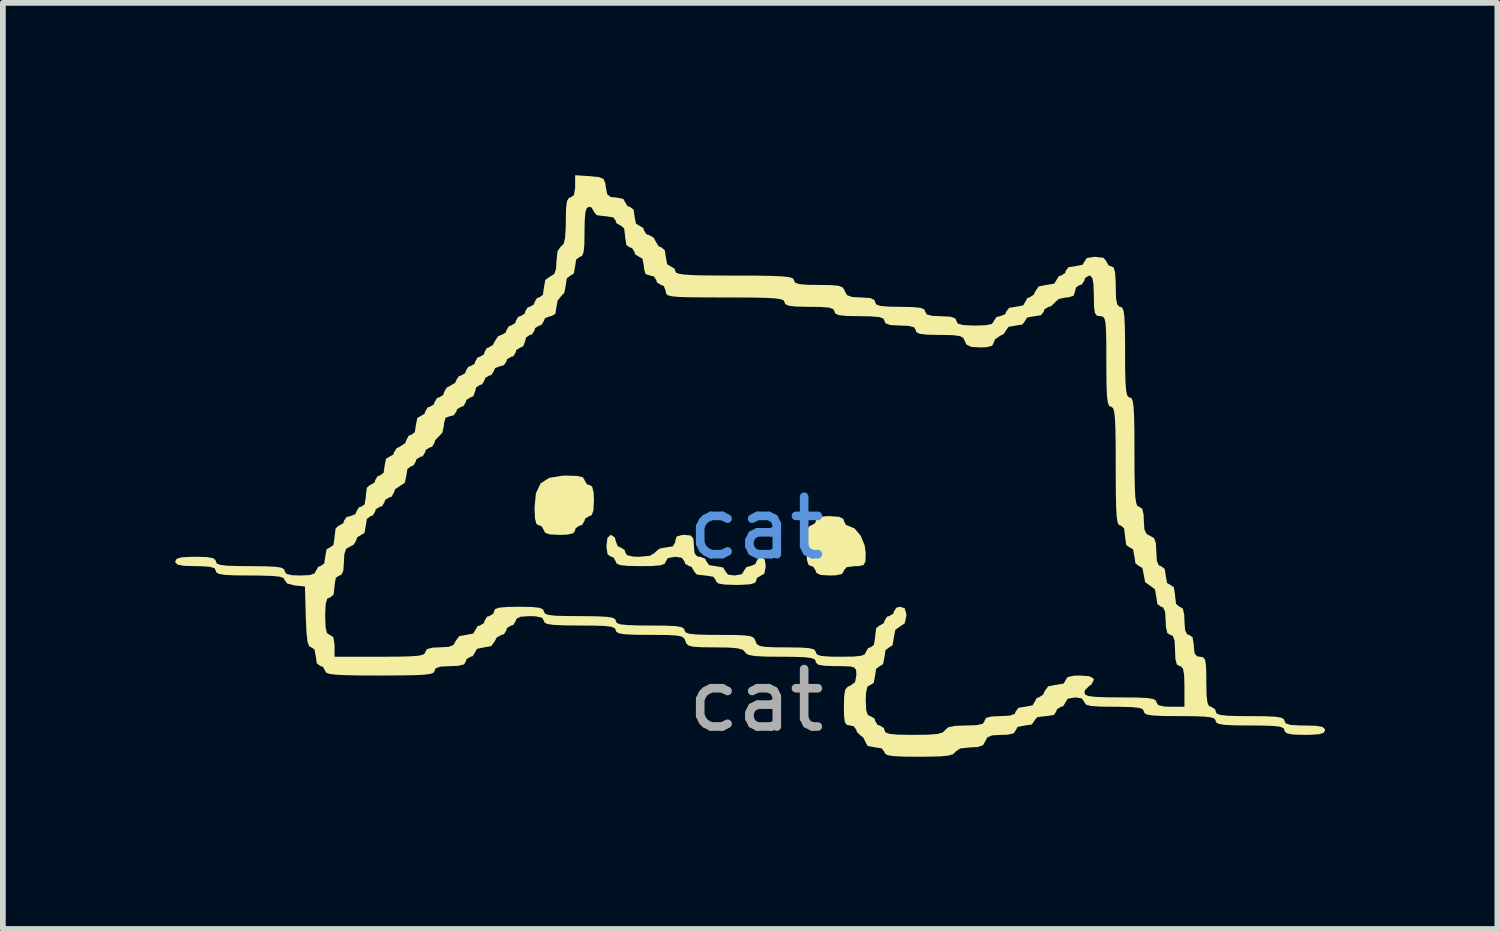
<source format=kicad_pcb>
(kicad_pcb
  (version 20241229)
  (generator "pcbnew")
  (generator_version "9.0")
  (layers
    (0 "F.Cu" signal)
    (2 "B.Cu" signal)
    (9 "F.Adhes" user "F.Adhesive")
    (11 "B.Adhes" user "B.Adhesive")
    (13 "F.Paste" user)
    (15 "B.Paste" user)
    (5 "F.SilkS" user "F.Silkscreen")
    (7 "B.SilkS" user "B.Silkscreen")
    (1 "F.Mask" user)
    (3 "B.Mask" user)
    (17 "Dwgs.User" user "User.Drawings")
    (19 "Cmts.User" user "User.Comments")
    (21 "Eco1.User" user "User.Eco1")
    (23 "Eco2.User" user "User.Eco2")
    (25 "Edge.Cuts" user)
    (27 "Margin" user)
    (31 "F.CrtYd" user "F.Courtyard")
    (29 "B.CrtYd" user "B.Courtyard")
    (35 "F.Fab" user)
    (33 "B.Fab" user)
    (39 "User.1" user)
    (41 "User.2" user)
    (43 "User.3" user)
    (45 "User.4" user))
  (footprint "cat"
    (layer "F.Cu")
    (at 10.115 6.642)
    (property "Reference" "cat" (at 0 -0.5 0) (unlocked yes) (layer "Cmts.User") (effects (font (size 1 1) (thickness 0.15))))
    (attr smd)
    (fp_poly (pts (xy -3.118 -1.407) (xy -3.02 -1.384) (xy -2.99 -1.338) (xy -2.99 -1.333) (xy -2.946 -1.26) (xy -2.908 -1.251) (xy -2.857 -1.222) (xy -2.832 -1.121) (xy -2.826 -0.979) (xy -2.835 -0.808) (xy -2.865 -0.724) (xy -2.908 -0.707) (xy -2.98 -0.664) (xy -2.99 -0.625) (xy -3.033 -0.553) (xy -3.071 -0.544) (xy -3.143 -0.5) (xy -3.153 -0.462) (xy -3.182 -0.411) (xy -3.283 -0.386) (xy -3.425 -0.381) (xy -3.596 -0.389) (xy -3.679 -0.42) (xy -3.697 -0.462) (xy -3.74 -0.534) (xy -3.778 -0.544) (xy -3.827 -0.57) (xy -3.852 -0.663) (xy -3.86 -0.843) (xy -3.86 -0.849) (xy -3.836 -1.106) (xy -3.755 -1.277) (xy -3.605 -1.374) (xy -3.373 -1.412) (xy -3.302 -1.413)) (stroke (width 0) (type solid)) (fill yes) (layer "F.SilkS"))
    (fp_poly (pts (xy 1.441 -0.696) (xy 1.515 -0.66) (xy 1.525 -0.625) (xy 1.561 -0.553) (xy 1.593 -0.543) (xy 1.712 -0.492) (xy 1.818 -0.365) (xy 1.888 -0.194) (xy 1.905 -0.06) (xy 1.9 0.081) (xy 1.867 0.145) (xy 1.778 0.163) (xy 1.715 0.163) (xy 1.574 0.181) (xy 1.525 0.237) (xy 1.525 0.245) (xy 1.493 0.299) (xy 1.384 0.323) (xy 1.28 0.326) (xy 1.119 0.316) (xy 1.045 0.279) (xy 1.035 0.245) (xy 0.992 0.173) (xy 0.954 0.163) (xy 0.908 0.14) (xy 0.882 0.055) (xy 0.873 -0.11) (xy 0.872 -0.19) (xy 0.878 -0.389) (xy 0.897 -0.499) (xy 0.935 -0.541) (xy 0.954 -0.544) (xy 1.026 -0.587) (xy 1.035 -0.625) (xy 1.067 -0.679) (xy 1.176 -0.704) (xy 1.28 -0.707)) (stroke (width 0) (type solid)) (fill yes) (layer "F.SilkS"))
    (fp_poly (pts (xy -1.14 -0.37) (xy -1.095 -0.316) (xy -1.086 -0.19) (xy -1.074 -0.059) (xy -1.026 -0.006) (xy -0.977 0) (xy -0.889 0.034) (xy -0.868 0.082) (xy -0.82 0.146) (xy -0.705 0.163) (xy -0.576 0.187) (xy -0.542 0.245) (xy -0.493 0.31) (xy -0.379 0.326) (xy -0.249 0.302) (xy -0.216 0.245) (xy -0.17 0.178) (xy -0.107 0.163) (xy -0.018 0.129) (xy 0.002 0.082) (xy 0.045 0.009) (xy 0.083 0) (xy 0.148 0.049) (xy 0.165 0.163) (xy 0.141 0.293) (xy 0.083 0.326) (xy 0.011 0.37) (xy 0.002 0.408) (xy -0.022 0.454) (xy -0.106 0.479) (xy -0.271 0.489) (xy -0.352 0.49) (xy -0.55 0.484) (xy -0.66 0.465) (xy -0.703 0.426) (xy -0.705 0.408) (xy -0.747 0.348) (xy -0.878 0.326) (xy -0.896 0.326) (xy -1.036 0.309) (xy -1.086 0.252) (xy -1.086 0.245) (xy -1.13 0.173) (xy -1.168 0.163) (xy -1.24 0.12) (xy -1.249 0.082) (xy -1.298 0.017) (xy -1.412 0) (xy -1.542 0.024) (xy -1.575 0.082) (xy -1.596 0.123) (xy -1.67 0.149) (xy -1.818 0.161) (xy -2.011 0.163) (xy -2.234 0.159) (xy -2.368 0.145) (xy -2.432 0.118) (xy -2.446 0.082) (xy -2.489 0.009) (xy -2.527 0) (xy -2.588 -0.041) (xy -2.609 -0.173) (xy -2.609 -0.19) (xy -2.591 -0.331) (xy -2.535 -0.38) (xy -2.527 -0.381) (xy -2.461 -0.335) (xy -2.446 -0.272) (xy -2.412 -0.183) (xy -2.364 -0.163) (xy -2.292 -0.12) (xy -2.283 -0.082) (xy -2.251 -0.028) (xy -2.142 -0.003) (xy -2.036 0) (xy -1.853 -0.017) (xy -1.765 -0.069) (xy -1.758 -0.082) (xy -1.685 -0.142) (xy -1.57 -0.163) (xy -1.453 -0.182) (xy -1.413 -0.25) (xy -1.412 -0.272) (xy -1.387 -0.352) (xy -1.291 -0.38) (xy -1.249 -0.381)) (stroke (width 0) (type solid)) (fill yes) (layer "F.SilkS"))
    (fp_poly (pts (xy -2.894 -6.625) (xy -2.738 -6.61) (xy -2.659 -6.577) (xy -2.628 -6.505) (xy -2.619 -6.432) (xy -2.594 -6.309) (xy -2.531 -6.261) (xy -2.442 -6.255) (xy -2.315 -6.23) (xy -2.283 -6.173) (xy -2.239 -6.101) (xy -2.201 -6.092) (xy -2.136 -6.043) (xy -2.119 -5.928) (xy -2.095 -5.799) (xy -2.038 -5.765) (xy -1.966 -5.722) (xy -1.956 -5.684) (xy -1.912 -5.613) (xy -1.87 -5.602) (xy -1.787 -5.556) (xy -1.754 -5.493) (xy -1.7 -5.405) (xy -1.651 -5.385) (xy -1.593 -5.336) (xy -1.575 -5.221) (xy -1.551 -5.092) (xy -1.494 -5.058) (xy -1.422 -5.015) (xy -1.412 -4.977) (xy -1.399 -4.948) (xy -1.349 -4.927) (xy -1.25 -4.912) (xy -1.088 -4.902) (xy -0.848 -4.897) (xy -0.519 -4.895) (xy -0.379 -4.895) (xy -0.014 -4.894) (xy 0.255 -4.89) (xy 0.443 -4.882) (xy 0.563 -4.869) (xy 0.628 -4.851) (xy 0.653 -4.825) (xy 0.655 -4.813) (xy 0.675 -4.771) (xy 0.75 -4.746) (xy 0.899 -4.734) (xy 1.083 -4.732) (xy 1.3 -4.729) (xy 1.432 -4.717) (xy 1.503 -4.69) (xy 1.535 -4.642) (xy 1.541 -4.623) (xy 1.579 -4.554) (xy 1.668 -4.522) (xy 1.819 -4.514) (xy 1.982 -4.504) (xy 2.057 -4.469) (xy 2.069 -4.433) (xy 2.089 -4.391) (xy 2.163 -4.366) (xy 2.311 -4.354) (xy 2.504 -4.351) (xy 2.727 -4.347) (xy 2.861 -4.333) (xy 2.925 -4.306) (xy 2.939 -4.27) (xy 2.968 -4.218) (xy 3.069 -4.193) (xy 3.211 -4.188) (xy 3.382 -4.179) (xy 3.465 -4.149) (xy 3.483 -4.106) (xy 3.508 -4.059) (xy 3.597 -4.034) (xy 3.77 -4.025) (xy 3.809 -4.025) (xy 3.999 -4.031) (xy 4.1 -4.053) (xy 4.135 -4.097) (xy 4.135 -4.106) (xy 4.181 -4.173) (xy 4.244 -4.188) (xy 4.333 -4.222) (xy 4.353 -4.27) (xy 4.402 -4.334) (xy 4.516 -4.351) (xy 4.646 -4.376) (xy 4.679 -4.433) (xy 4.72 -4.505) (xy 4.755 -4.514) (xy 4.828 -4.56) (xy 4.858 -4.623) (xy 4.917 -4.706) (xy 5.049 -4.732) (xy 5.055 -4.732) (xy 5.187 -4.755) (xy 5.223 -4.813) (xy 5.267 -4.886) (xy 5.305 -4.895) (xy 5.377 -4.939) (xy 5.386 -4.977) (xy 5.435 -5.041) (xy 5.55 -5.058) (xy 5.679 -5.083) (xy 5.713 -5.14) (xy 5.754 -5.2) (xy 5.886 -5.221) (xy 5.903 -5.221) (xy 6.044 -5.204) (xy 6.093 -5.147) (xy 6.093 -5.14) (xy 6.137 -5.068) (xy 6.175 -5.058) (xy 6.221 -5.035) (xy 6.246 -4.95) (xy 6.256 -4.785) (xy 6.257 -4.705) (xy 6.262 -4.506) (xy 6.282 -4.396) (xy 6.32 -4.354) (xy 6.338 -4.351) (xy 6.371 -4.336) (xy 6.393 -4.281) (xy 6.408 -4.17) (xy 6.416 -3.988) (xy 6.42 -3.72) (xy 6.42 -3.563) (xy 6.421 -3.249) (xy 6.427 -3.029) (xy 6.439 -2.888) (xy 6.457 -2.809) (xy 6.485 -2.777) (xy 6.501 -2.774) (xy 6.531 -2.76) (xy 6.553 -2.709) (xy 6.568 -2.606) (xy 6.577 -2.438) (xy 6.582 -2.191) (xy 6.583 -1.85) (xy 6.583 -1.822) (xy 6.584 -1.474) (xy 6.589 -1.22) (xy 6.597 -1.047) (xy 6.612 -0.941) (xy 6.633 -0.886) (xy 6.662 -0.87) (xy 6.665 -0.87) (xy 6.719 -0.837) (xy 6.743 -0.726) (xy 6.746 -0.632) (xy 6.756 -0.475) (xy 6.795 -0.395) (xy 6.855 -0.365) (xy 6.924 -0.326) (xy 6.956 -0.238) (xy 6.964 -0.087) (xy 6.974 0.076) (xy 7.009 0.152) (xy 7.045 0.163) (xy 7.11 0.212) (xy 7.127 0.326) (xy 7.151 0.456) (xy 7.208 0.49) (xy 7.269 0.531) (xy 7.29 0.663) (xy 7.29 0.68) (xy 7.308 0.821) (xy 7.364 0.87) (xy 7.372 0.87) (xy 7.425 0.902) (xy 7.45 1.011) (xy 7.453 1.115) (xy 7.464 1.276) (xy 7.5 1.35) (xy 7.535 1.36) (xy 7.595 1.401) (xy 7.616 1.533) (xy 7.616 1.55) (xy 7.629 1.681) (xy 7.676 1.734) (xy 7.725 1.74) (xy 7.779 1.75) (xy 7.812 1.791) (xy 7.828 1.888) (xy 7.834 2.061) (xy 7.834 2.176) (xy 7.838 2.399) (xy 7.852 2.533) (xy 7.879 2.597) (xy 7.916 2.611) (xy 7.988 2.654) (xy 7.997 2.692) (xy 8.014 2.729) (xy 8.077 2.753) (xy 8.203 2.767) (xy 8.408 2.773) (xy 8.595 2.774) (xy 8.863 2.776) (xy 9.04 2.785) (xy 9.142 2.802) (xy 9.187 2.83) (xy 9.194 2.855) (xy 9.217 2.901) (xy 9.302 2.927) (xy 9.467 2.936) (xy 9.547 2.937) (xy 9.746 2.942) (xy 9.856 2.962) (xy 9.898 3) (xy 9.901 3.019) (xy 9.877 3.064) (xy 9.793 3.09) (xy 9.627 3.1) (xy 9.547 3.1) (xy 9.349 3.095) (xy 9.239 3.075) (xy 9.196 3.037) (xy 9.194 3.019) (xy 9.177 2.982) (xy 9.114 2.958) (xy 8.988 2.944) (xy 8.782 2.938) (xy 8.595 2.937) (xy 8.328 2.935) (xy 8.151 2.926) (xy 8.049 2.909) (xy 8.004 2.881) (xy 7.997 2.855) (xy 7.98 2.82) (xy 7.919 2.796) (xy 7.796 2.782) (xy 7.594 2.775) (xy 7.372 2.774) (xy 7.097 2.772) (xy 6.914 2.764) (xy 6.806 2.748) (xy 6.756 2.721) (xy 6.746 2.692) (xy 6.728 2.653) (xy 6.66 2.629) (xy 6.525 2.616) (xy 6.304 2.611) (xy 6.229 2.611) (xy 5.983 2.608) (xy 5.827 2.597) (xy 5.744 2.576) (xy 5.714 2.541) (xy 5.713 2.529) (xy 5.664 2.464) (xy 5.55 2.448) (xy 5.42 2.472) (xy 5.386 2.529) (xy 5.343 2.601) (xy 5.305 2.611) (xy 5.233 2.654) (xy 5.223 2.692) (xy 5.182 2.753) (xy 5.05 2.774) (xy 5.033 2.774) (xy 4.892 2.792) (xy 4.843 2.848) (xy 4.843 2.855) (xy 4.794 2.92) (xy 4.679 2.937) (xy 4.55 2.961) (xy 4.516 3.019) (xy 4.485 3.072) (xy 4.378 3.097) (xy 4.266 3.1) (xy 4.105 3.109) (xy 4.022 3.144) (xy 3.988 3.209) (xy 3.947 3.28) (xy 3.852 3.312) (xy 3.727 3.318) (xy 3.547 3.337) (xy 3.464 3.396) (xy 3.463 3.399) (xy 3.428 3.436) (xy 3.347 3.461) (xy 3.2 3.475) (xy 2.97 3.48) (xy 2.832 3.481) (xy 2.564 3.479) (xy 2.387 3.47) (xy 2.284 3.453) (xy 2.239 3.425) (xy 2.232 3.399) (xy 2.183 3.335) (xy 2.069 3.318) (xy 1.94 3.294) (xy 1.905 3.234) (xy 1.861 3.144) (xy 1.824 3.12) (xy 1.752 3.051) (xy 1.742 3.013) (xy 1.697 2.951) (xy 1.634 2.937) (xy 1.573 2.925) (xy 1.54 2.874) (xy 1.527 2.757) (xy 1.525 2.606) (xy 1.53 2.418) (xy 1.549 2.312) (xy 1.592 2.261) (xy 1.634 2.246) (xy 1.72 2.182) (xy 1.742 2.06) (xy 1.738 1.976) (xy 1.709 1.929) (xy 1.631 1.909) (xy 1.479 1.904) (xy 1.389 1.904) (xy 1.19 1.898) (xy 1.08 1.879) (xy 1.038 1.841) (xy 1.035 1.822) (xy 1.018 1.786) (xy 0.955 1.762) (xy 0.83 1.748) (xy 0.624 1.741) (xy 0.435 1.74) (xy 0.162 1.738) (xy -0.021 1.728) (xy -0.131 1.709) (xy -0.185 1.678) (xy -0.196 1.659) (xy -0.235 1.618) (xy -0.328 1.593) (xy -0.494 1.58) (xy -0.716 1.577) (xy -0.95 1.575) (xy -1.098 1.566) (xy -1.18 1.544) (xy -1.22 1.506) (xy -1.233 1.469) (xy -1.254 1.421) (xy -1.299 1.389) (xy -1.389 1.371) (xy -1.543 1.362) (xy -1.781 1.36) (xy -1.854 1.36) (xy -2.12 1.357) (xy -2.295 1.349) (xy -2.395 1.331) (xy -2.439 1.303) (xy -2.446 1.278) (xy -2.462 1.242) (xy -2.524 1.218) (xy -2.647 1.204) (xy -2.849 1.198) (xy -3.071 1.197) (xy -3.346 1.194) (xy -3.529 1.186) (xy -3.637 1.17) (xy -3.687 1.144) (xy -3.697 1.115) (xy -3.729 1.061) (xy -3.838 1.037) (xy -3.941 1.033) (xy -4.103 1.044) (xy -4.176 1.08) (xy -4.186 1.115) (xy -4.23 1.187) (xy -4.268 1.197) (xy -4.34 1.24) (xy -4.349 1.278) (xy -4.393 1.349) (xy -4.436 1.36) (xy -4.518 1.405) (xy -4.551 1.469) (xy -4.615 1.555) (xy -4.736 1.577) (xy -4.861 1.602) (xy -4.893 1.659) (xy -4.937 1.731) (xy -4.975 1.74) (xy -5.047 1.784) (xy -5.056 1.822) (xy -5.086 1.873) (xy -5.186 1.898) (xy -5.328 1.904) (xy -5.499 1.912) (xy -5.583 1.943) (xy -5.6 1.985) (xy -5.614 2.015) (xy -5.665 2.037) (xy -5.768 2.052) (xy -5.936 2.061) (xy -6.183 2.065) (xy -6.525 2.067) (xy -6.552 2.067) (xy -6.9 2.066) (xy -7.154 2.061) (xy -7.327 2.052) (xy -7.434 2.038) (xy -7.488 2.017) (xy -7.504 1.988) (xy -7.504 1.985) (xy -7.547 1.913) (xy -7.586 1.904) (xy -7.65 1.855) (xy -7.667 1.74) (xy -7.691 1.612) (xy -7.747 1.577) (xy -7.785 1.556) (xy -7.812 1.48) (xy -7.829 1.332) (xy -7.84 1.095) (xy -7.842 1.047) (xy -7.842 1.033) (xy -7.504 1.033) (xy -7.498 1.223) (xy -7.475 1.325) (xy -7.432 1.359) (xy -7.422 1.36) (xy -7.362 1.401) (xy -7.341 1.533) (xy -7.341 1.55) (xy -7.341 1.74) (xy -6.552 1.74) (xy -6.239 1.739) (xy -6.019 1.733) (xy -5.877 1.722) (xy -5.798 1.703) (xy -5.766 1.675) (xy -5.763 1.659) (xy -5.732 1.606) (xy -5.625 1.581) (xy -5.514 1.577) (xy -5.353 1.568) (xy -5.269 1.533) (xy -5.235 1.469) (xy -5.172 1.382) (xy -5.05 1.36) (xy -4.925 1.335) (xy -4.893 1.278) (xy -4.85 1.206) (xy -4.812 1.197) (xy -4.74 1.153) (xy -4.73 1.115) (xy -4.687 1.043) (xy -4.648 1.033) (xy -4.576 0.99) (xy -4.567 0.952) (xy -4.546 0.91) (xy -4.472 0.885) (xy -4.325 0.873) (xy -4.132 0.87) (xy -3.909 0.874) (xy -3.775 0.888) (xy -3.711 0.916) (xy -3.697 0.952) (xy -3.68 0.988) (xy -3.619 1.012) (xy -3.495 1.026) (xy -3.294 1.032) (xy -3.071 1.033) (xy -2.797 1.036) (xy -2.614 1.044) (xy -2.506 1.06) (xy -2.455 1.086) (xy -2.446 1.115) (xy -2.429 1.152) (xy -2.366 1.176) (xy -2.24 1.189) (xy -2.034 1.196) (xy -1.847 1.197) (xy -1.58 1.199) (xy -1.403 1.207) (xy -1.301 1.225) (xy -1.256 1.253) (xy -1.249 1.278) (xy -1.232 1.315) (xy -1.17 1.339) (xy -1.044 1.353) (xy -0.839 1.359) (xy -0.646 1.36) (xy -0.381 1.361) (xy -0.206 1.368) (xy -0.1 1.383) (xy -0.044 1.41) (xy -0.019 1.452) (xy -0.014 1.469) (xy 0.009 1.52) (xy 0.059 1.552) (xy 0.158 1.569) (xy 0.327 1.576) (xy 0.525 1.577) (xy 0.769 1.58) (xy 0.924 1.591) (xy 1.006 1.613) (xy 1.034 1.648) (xy 1.035 1.659) (xy 1.056 1.701) (xy 1.13 1.726) (xy 1.278 1.738) (xy 1.47 1.74) (xy 1.694 1.737) (xy 1.828 1.723) (xy 1.892 1.695) (xy 1.905 1.659) (xy 1.949 1.587) (xy 1.987 1.577) (xy 2.047 1.536) (xy 2.068 1.404) (xy 2.069 1.387) (xy 2.086 1.246) (xy 2.143 1.197) (xy 2.15 1.197) (xy 2.222 1.153) (xy 2.232 1.115) (xy 2.275 1.043) (xy 2.313 1.033) (xy 2.386 0.99) (xy 2.395 0.952) (xy 2.44 0.885) (xy 2.504 0.87) (xy 2.585 0.897) (xy 2.612 0.996) (xy 2.613 1.027) (xy 2.584 1.159) (xy 2.504 1.212) (xy 2.421 1.271) (xy 2.395 1.403) (xy 2.395 1.409) (xy 2.372 1.541) (xy 2.313 1.577) (xy 2.249 1.626) (xy 2.232 1.74) (xy 2.207 1.87) (xy 2.15 1.904) (xy 2.085 1.952) (xy 2.069 2.067) (xy 2.044 2.196) (xy 1.987 2.23) (xy 1.936 2.259) (xy 1.911 2.36) (xy 1.905 2.502) (xy 1.914 2.673) (xy 1.944 2.756) (xy 1.987 2.774) (xy 2.059 2.817) (xy 2.069 2.855) (xy 2.112 2.928) (xy 2.15 2.937) (xy 2.222 2.981) (xy 2.232 3.019) (xy 2.25 3.058) (xy 2.318 3.082) (xy 2.454 3.096) (xy 2.676 3.1) (xy 2.743 3.1) (xy 2.994 3.097) (xy 3.156 3.084) (xy 3.246 3.059) (xy 3.285 3.019) (xy 3.285 3.019) (xy 3.339 2.969) (xy 3.464 2.943) (xy 3.644 2.937) (xy 3.834 2.931) (xy 3.937 2.909) (xy 3.972 2.866) (xy 3.972 2.855) (xy 4.001 2.804) (xy 4.102 2.779) (xy 4.244 2.774) (xy 4.415 2.765) (xy 4.499 2.735) (xy 4.516 2.692) (xy 4.565 2.628) (xy 4.679 2.611) (xy 4.809 2.586) (xy 4.843 2.529) (xy 4.883 2.457) (xy 4.918 2.448) (xy 4.991 2.402) (xy 5.021 2.339) (xy 5.08 2.256) (xy 5.212 2.23) (xy 5.218 2.23) (xy 5.35 2.207) (xy 5.386 2.148) (xy 5.418 2.095) (xy 5.527 2.07) (xy 5.631 2.067) (xy 5.797 2.079) (xy 5.87 2.119) (xy 5.876 2.143) (xy 5.832 2.227) (xy 5.794 2.25) (xy 5.722 2.322) (xy 5.713 2.364) (xy 5.728 2.401) (xy 5.787 2.425) (xy 5.905 2.439) (xy 6.1 2.446) (xy 6.338 2.448) (xy 6.613 2.45) (xy 6.796 2.458) (xy 6.904 2.474) (xy 6.954 2.5) (xy 6.964 2.529) (xy 6.996 2.583) (xy 7.105 2.607) (xy 7.208 2.611) (xy 7.453 2.611) (xy 7.453 2.257) (xy 7.448 2.059) (xy 7.428 1.949) (xy 7.39 1.906) (xy 7.372 1.904) (xy 7.32 1.875) (xy 7.295 1.774) (xy 7.29 1.632) (xy 7.281 1.461) (xy 7.251 1.377) (xy 7.208 1.36) (xy 7.155 1.328) (xy 7.13 1.219) (xy 7.127 1.115) (xy 7.116 0.954) (xy 7.08 0.88) (xy 7.045 0.87) (xy 6.981 0.823) (xy 6.964 0.702) (xy 6.94 0.567) (xy 6.859 0.506) (xy 6.855 0.505) (xy 6.769 0.442) (xy 6.746 0.32) (xy 6.721 0.195) (xy 6.665 0.163) (xy 6.6 0.115) (xy 6.583 0) (xy 6.559 -0.13) (xy 6.501 -0.163) (xy 6.441 -0.204) (xy 6.42 -0.336) (xy 6.42 -0.354) (xy 6.402 -0.494) (xy 6.346 -0.544) (xy 6.338 -0.544) (xy 6.309 -0.557) (xy 6.288 -0.607) (xy 6.273 -0.706) (xy 6.264 -0.869) (xy 6.259 -1.108) (xy 6.257 -1.438) (xy 6.257 -1.577) (xy 6.256 -1.942) (xy 6.252 -2.211) (xy 6.244 -2.399) (xy 6.231 -2.519) (xy 6.212 -2.585) (xy 6.186 -2.609) (xy 6.175 -2.611) (xy 6.143 -2.626) (xy 6.12 -2.681) (xy 6.105 -2.792) (xy 6.097 -2.974) (xy 6.094 -3.242) (xy 6.093 -3.399) (xy 6.093 -3.707) (xy 6.089 -3.922) (xy 6.08 -4.061) (xy 6.063 -4.141) (xy 6.037 -4.178) (xy 5.998 -4.188) (xy 5.985 -4.188) (xy 5.926 -4.199) (xy 5.893 -4.248) (xy 5.879 -4.359) (xy 5.876 -4.542) (xy 5.87 -4.74) (xy 5.851 -4.85) (xy 5.813 -4.892) (xy 5.794 -4.895) (xy 5.722 -4.852) (xy 5.713 -4.813) (xy 5.669 -4.741) (xy 5.631 -4.732) (xy 5.565 -4.687) (xy 5.55 -4.623) (xy 5.523 -4.542) (xy 5.424 -4.515) (xy 5.392 -4.514) (xy 5.265 -4.488) (xy 5.204 -4.433) (xy 5.131 -4.36) (xy 5.089 -4.351) (xy 5.016 -4.308) (xy 5.006 -4.27) (xy 4.957 -4.205) (xy 4.843 -4.188) (xy 4.713 -4.164) (xy 4.679 -4.106) (xy 4.631 -4.042) (xy 4.516 -4.025) (xy 4.391 -4.002) (xy 4.353 -3.95) (xy 4.307 -3.877) (xy 4.244 -3.846) (xy 4.156 -3.786) (xy 4.135 -3.731) (xy 4.108 -3.674) (xy 4.009 -3.648) (xy 3.897 -3.644) (xy 3.74 -3.654) (xy 3.66 -3.693) (xy 3.63 -3.753) (xy 3.604 -3.809) (xy 3.546 -3.841) (xy 3.432 -3.857) (xy 3.237 -3.862) (xy 3.189 -3.862) (xy 2.972 -3.866) (xy 2.844 -3.881) (xy 2.786 -3.911) (xy 2.776 -3.943) (xy 2.747 -3.995) (xy 2.646 -4.02) (xy 2.504 -4.025) (xy 2.333 -4.034) (xy 2.249 -4.064) (xy 2.232 -4.106) (xy 2.211 -4.148) (xy 2.137 -4.173) (xy 1.989 -4.185) (xy 1.797 -4.188) (xy 1.573 -4.192) (xy 1.439 -4.206) (xy 1.375 -4.233) (xy 1.362 -4.27) (xy 1.341 -4.311) (xy 1.267 -4.337) (xy 1.119 -4.349) (xy 0.926 -4.351) (xy 0.703 -4.355) (xy 0.569 -4.369) (xy 0.505 -4.397) (xy 0.491 -4.433) (xy 0.478 -4.462) (xy 0.428 -4.483) (xy 0.329 -4.498) (xy 0.167 -4.507) (xy -0.073 -4.512) (xy -0.402 -4.514) (xy -0.542 -4.514) (xy -0.901 -4.515) (xy -1.165 -4.517) (xy -1.35 -4.523) (xy -1.469 -4.534) (xy -1.536 -4.551) (xy -1.567 -4.577) (xy -1.575 -4.611) (xy -1.575 -4.623) (xy -1.609 -4.712) (xy -1.657 -4.732) (xy -1.729 -4.775) (xy -1.739 -4.813) (xy -1.784 -4.88) (xy -1.847 -4.895) (xy -1.927 -4.921) (xy -1.955 -5.016) (xy -1.956 -5.058) (xy -1.981 -5.188) (xy -2.038 -5.221) (xy -2.11 -5.265) (xy -2.119 -5.303) (xy -2.163 -5.375) (xy -2.201 -5.385) (xy -2.261 -5.426) (xy -2.282 -5.558) (xy -2.283 -5.575) (xy -2.3 -5.716) (xy -2.357 -5.765) (xy -2.364 -5.765) (xy -2.436 -5.809) (xy -2.446 -5.847) (xy -2.487 -5.907) (xy -2.619 -5.928) (xy -2.636 -5.928) (xy -2.777 -5.946) (xy -2.826 -6.003) (xy -2.826 -6.01) (xy -2.87 -6.082) (xy -2.908 -6.092) (xy -2.95 -6.071) (xy -2.975 -5.997) (xy -2.987 -5.849) (xy -2.99 -5.657) (xy -2.993 -5.433) (xy -3.007 -5.299) (xy -3.035 -5.235) (xy -3.071 -5.221) (xy -3.136 -5.173) (xy -3.153 -5.058) (xy -3.177 -4.929) (xy -3.234 -4.895) (xy -3.299 -4.847) (xy -3.316 -4.73) (xy -3.341 -4.597) (xy -3.398 -4.534) (xy -3.458 -4.46) (xy -3.479 -4.345) (xy -3.498 -4.229) (xy -3.566 -4.189) (xy -3.588 -4.188) (xy -3.676 -4.154) (xy -3.697 -4.106) (xy -3.74 -4.034) (xy -3.778 -4.025) (xy -3.85 -3.981) (xy -3.86 -3.943) (xy -3.903 -3.871) (xy -3.941 -3.862) (xy -4.008 -3.816) (xy -4.023 -3.753) (xy -4.057 -3.664) (xy -4.105 -3.644) (xy -4.177 -3.601) (xy -4.186 -3.563) (xy -4.23 -3.49) (xy -4.268 -3.481) (xy -4.34 -3.437) (xy -4.349 -3.399) (xy -4.395 -3.333) (xy -4.458 -3.318) (xy -4.547 -3.284) (xy -4.567 -3.236) (xy -4.61 -3.164) (xy -4.648 -3.155) (xy -4.721 -3.111) (xy -4.73 -3.073) (xy -4.774 -3.001) (xy -4.812 -2.991) (xy -4.878 -2.946) (xy -4.893 -2.883) (xy -4.927 -2.794) (xy -4.975 -2.774) (xy -5.047 -2.73) (xy -5.056 -2.692) (xy -5.1 -2.62) (xy -5.138 -2.611) (xy -5.21 -2.567) (xy -5.22 -2.529) (xy -5.265 -2.463) (xy -5.328 -2.448) (xy -5.409 -2.421) (xy -5.436 -2.322) (xy -5.437 -2.29) (xy -5.463 -2.163) (xy -5.519 -2.102) (xy -5.591 -2.029) (xy -5.6 -1.987) (xy -5.643 -1.914) (xy -5.682 -1.904) (xy -5.754 -1.86) (xy -5.763 -1.822) (xy -5.807 -1.75) (xy -5.845 -1.74) (xy -5.917 -1.697) (xy -5.927 -1.659) (xy -5.97 -1.587) (xy -6.008 -1.577) (xy -6.073 -1.529) (xy -6.09 -1.42) (xy -6.118 -1.289) (xy -6.199 -1.235) (xy -6.287 -1.176) (xy -6.307 -1.12) (xy -6.349 -1.045) (xy -6.389 -1.033) (xy -6.461 -0.99) (xy -6.471 -0.952) (xy -6.514 -0.88) (xy -6.552 -0.87) (xy -6.624 -0.827) (xy -6.634 -0.789) (xy -6.677 -0.717) (xy -6.715 -0.707) (xy -6.78 -0.658) (xy -6.797 -0.544) (xy -6.821 -0.414) (xy -6.878 -0.381) (xy -6.949 -0.337) (xy -6.96 -0.294) (xy -7.006 -0.212) (xy -7.069 -0.179) (xy -7.139 -0.139) (xy -7.171 -0.046) (xy -7.178 0.088) (xy -7.189 0.247) (xy -7.227 0.318) (xy -7.259 0.326) (xy -7.32 0.368) (xy -7.341 0.499) (xy -7.341 0.517) (xy -7.358 0.657) (xy -7.415 0.707) (xy -7.422 0.707) (xy -7.47 0.732) (xy -7.495 0.821) (xy -7.504 0.994) (xy -7.504 1.033) (xy -7.842 1.033) (xy -7.857 0.517) (xy -8.034 0.5) (xy -8.166 0.465) (xy -8.211 0.404) (xy -8.231 0.369) (xy -8.301 0.346) (xy -8.437 0.333) (xy -8.658 0.327) (xy -8.809 0.326) (xy -9.077 0.324) (xy -9.253 0.315) (xy -9.356 0.298) (xy -9.401 0.27) (xy -9.408 0.245) (xy -9.431 0.199) (xy -9.516 0.174) (xy -9.681 0.164) (xy -9.761 0.163) (xy -9.959 0.158) (xy -10.07 0.138) (xy -10.112 0.1) (xy -10.115 0.082) (xy -10.091 0.036) (xy -10.007 0.01) (xy -9.841 0.001) (xy -9.761 0) (xy -9.563 0.005) (xy -9.453 0.025) (xy -9.41 0.063) (xy -9.408 0.082) (xy -9.391 0.118) (xy -9.328 0.142) (xy -9.202 0.156) (xy -8.996 0.162) (xy -8.809 0.163) (xy -8.542 0.166) (xy -8.365 0.174) (xy -8.263 0.191) (xy -8.218 0.219) (xy -8.211 0.245) (xy -8.182 0.296) (xy -8.081 0.321) (xy -7.939 0.326) (xy -7.768 0.318) (xy -7.685 0.287) (xy -7.667 0.245) (xy -7.624 0.173) (xy -7.586 0.163) (xy -7.521 0.115) (xy -7.504 0) (xy -7.48 -0.13) (xy -7.422 -0.163) (xy -7.362 -0.204) (xy -7.341 -0.336) (xy -7.341 -0.354) (xy -7.323 -0.494) (xy -7.267 -0.544) (xy -7.259 -0.544) (xy -7.187 -0.587) (xy -7.178 -0.625) (xy -7.132 -0.692) (xy -7.069 -0.707) (xy -6.98 -0.741) (xy -6.96 -0.789) (xy -6.917 -0.861) (xy -6.878 -0.87) (xy -6.818 -0.912) (xy -6.797 -1.043) (xy -6.797 -1.061) (xy -6.779 -1.201) (xy -6.723 -1.251) (xy -6.715 -1.251) (xy -6.643 -1.294) (xy -6.634 -1.333) (xy -6.59 -1.405) (xy -6.552 -1.414) (xy -6.487 -1.463) (xy -6.471 -1.577) (xy -6.446 -1.707) (xy -6.389 -1.74) (xy -6.317 -1.781) (xy -6.307 -1.816) (xy -6.262 -1.889) (xy -6.199 -1.919) (xy -6.11 -1.979) (xy -6.09 -2.035) (xy -6.048 -2.11) (xy -6.008 -2.121) (xy -5.943 -2.17) (xy -5.927 -2.284) (xy -5.902 -2.414) (xy -5.845 -2.448) (xy -5.773 -2.491) (xy -5.763 -2.529) (xy -5.72 -2.601) (xy -5.682 -2.611) (xy -5.61 -2.654) (xy -5.6 -2.692) (xy -5.557 -2.764) (xy -5.519 -2.774) (xy -5.448 -2.818) (xy -5.437 -2.861) (xy -5.391 -2.943) (xy -5.328 -2.976) (xy -5.24 -3.03) (xy -5.22 -3.079) (xy -5.176 -3.146) (xy -5.138 -3.155) (xy -5.066 -3.198) (xy -5.056 -3.236) (xy -5.013 -3.308) (xy -4.975 -3.318) (xy -4.903 -3.361) (xy -4.893 -3.399) (xy -4.85 -3.471) (xy -4.812 -3.481) (xy -4.74 -3.524) (xy -4.73 -3.563) (xy -4.69 -3.635) (xy -4.655 -3.644) (xy -4.582 -3.69) (xy -4.551 -3.753) (xy -4.492 -3.841) (xy -4.436 -3.862) (xy -4.361 -3.903) (xy -4.349 -3.943) (xy -4.306 -4.015) (xy -4.268 -4.025) (xy -4.196 -4.068) (xy -4.186 -4.106) (xy -4.143 -4.179) (xy -4.105 -4.188) (xy -4.032 -4.232) (xy -4.023 -4.27) (xy -3.979 -4.342) (xy -3.941 -4.351) (xy -3.869 -4.395) (xy -3.86 -4.433) (xy -3.816 -4.505) (xy -3.778 -4.514) (xy -3.714 -4.561) (xy -3.697 -4.683) (xy -3.673 -4.817) (xy -3.592 -4.878) (xy -3.588 -4.879) (xy -3.517 -4.921) (xy -3.485 -5.015) (xy -3.479 -5.14) (xy -3.46 -5.321) (xy -3.4 -5.403) (xy -3.398 -5.404) (xy -3.353 -5.449) (xy -3.328 -5.554) (xy -3.317 -5.739) (xy -3.316 -5.845) (xy -3.312 -6.061) (xy -3.296 -6.188) (xy -3.266 -6.245) (xy -3.234 -6.255) (xy -3.174 -6.295) (xy -3.153 -6.426) (xy -3.153 -6.448) (xy -3.153 -6.642)) (stroke (width 0) (type solid)) (fill yes) (layer "F.SilkS"))
    (fp_text user "${REFERENCE}" (at 0 2.5 0) (unlocked yes) (layer "F.Fab") (effects (font (size 1 1) (thickness 0.15)))))
  (gr_rect
    (start -3 -3)
    (end 23.015 13.122)
    (stroke (width 0.1) (type default))
    (fill no)
    (layer "Edge.Cuts")))
</source>
